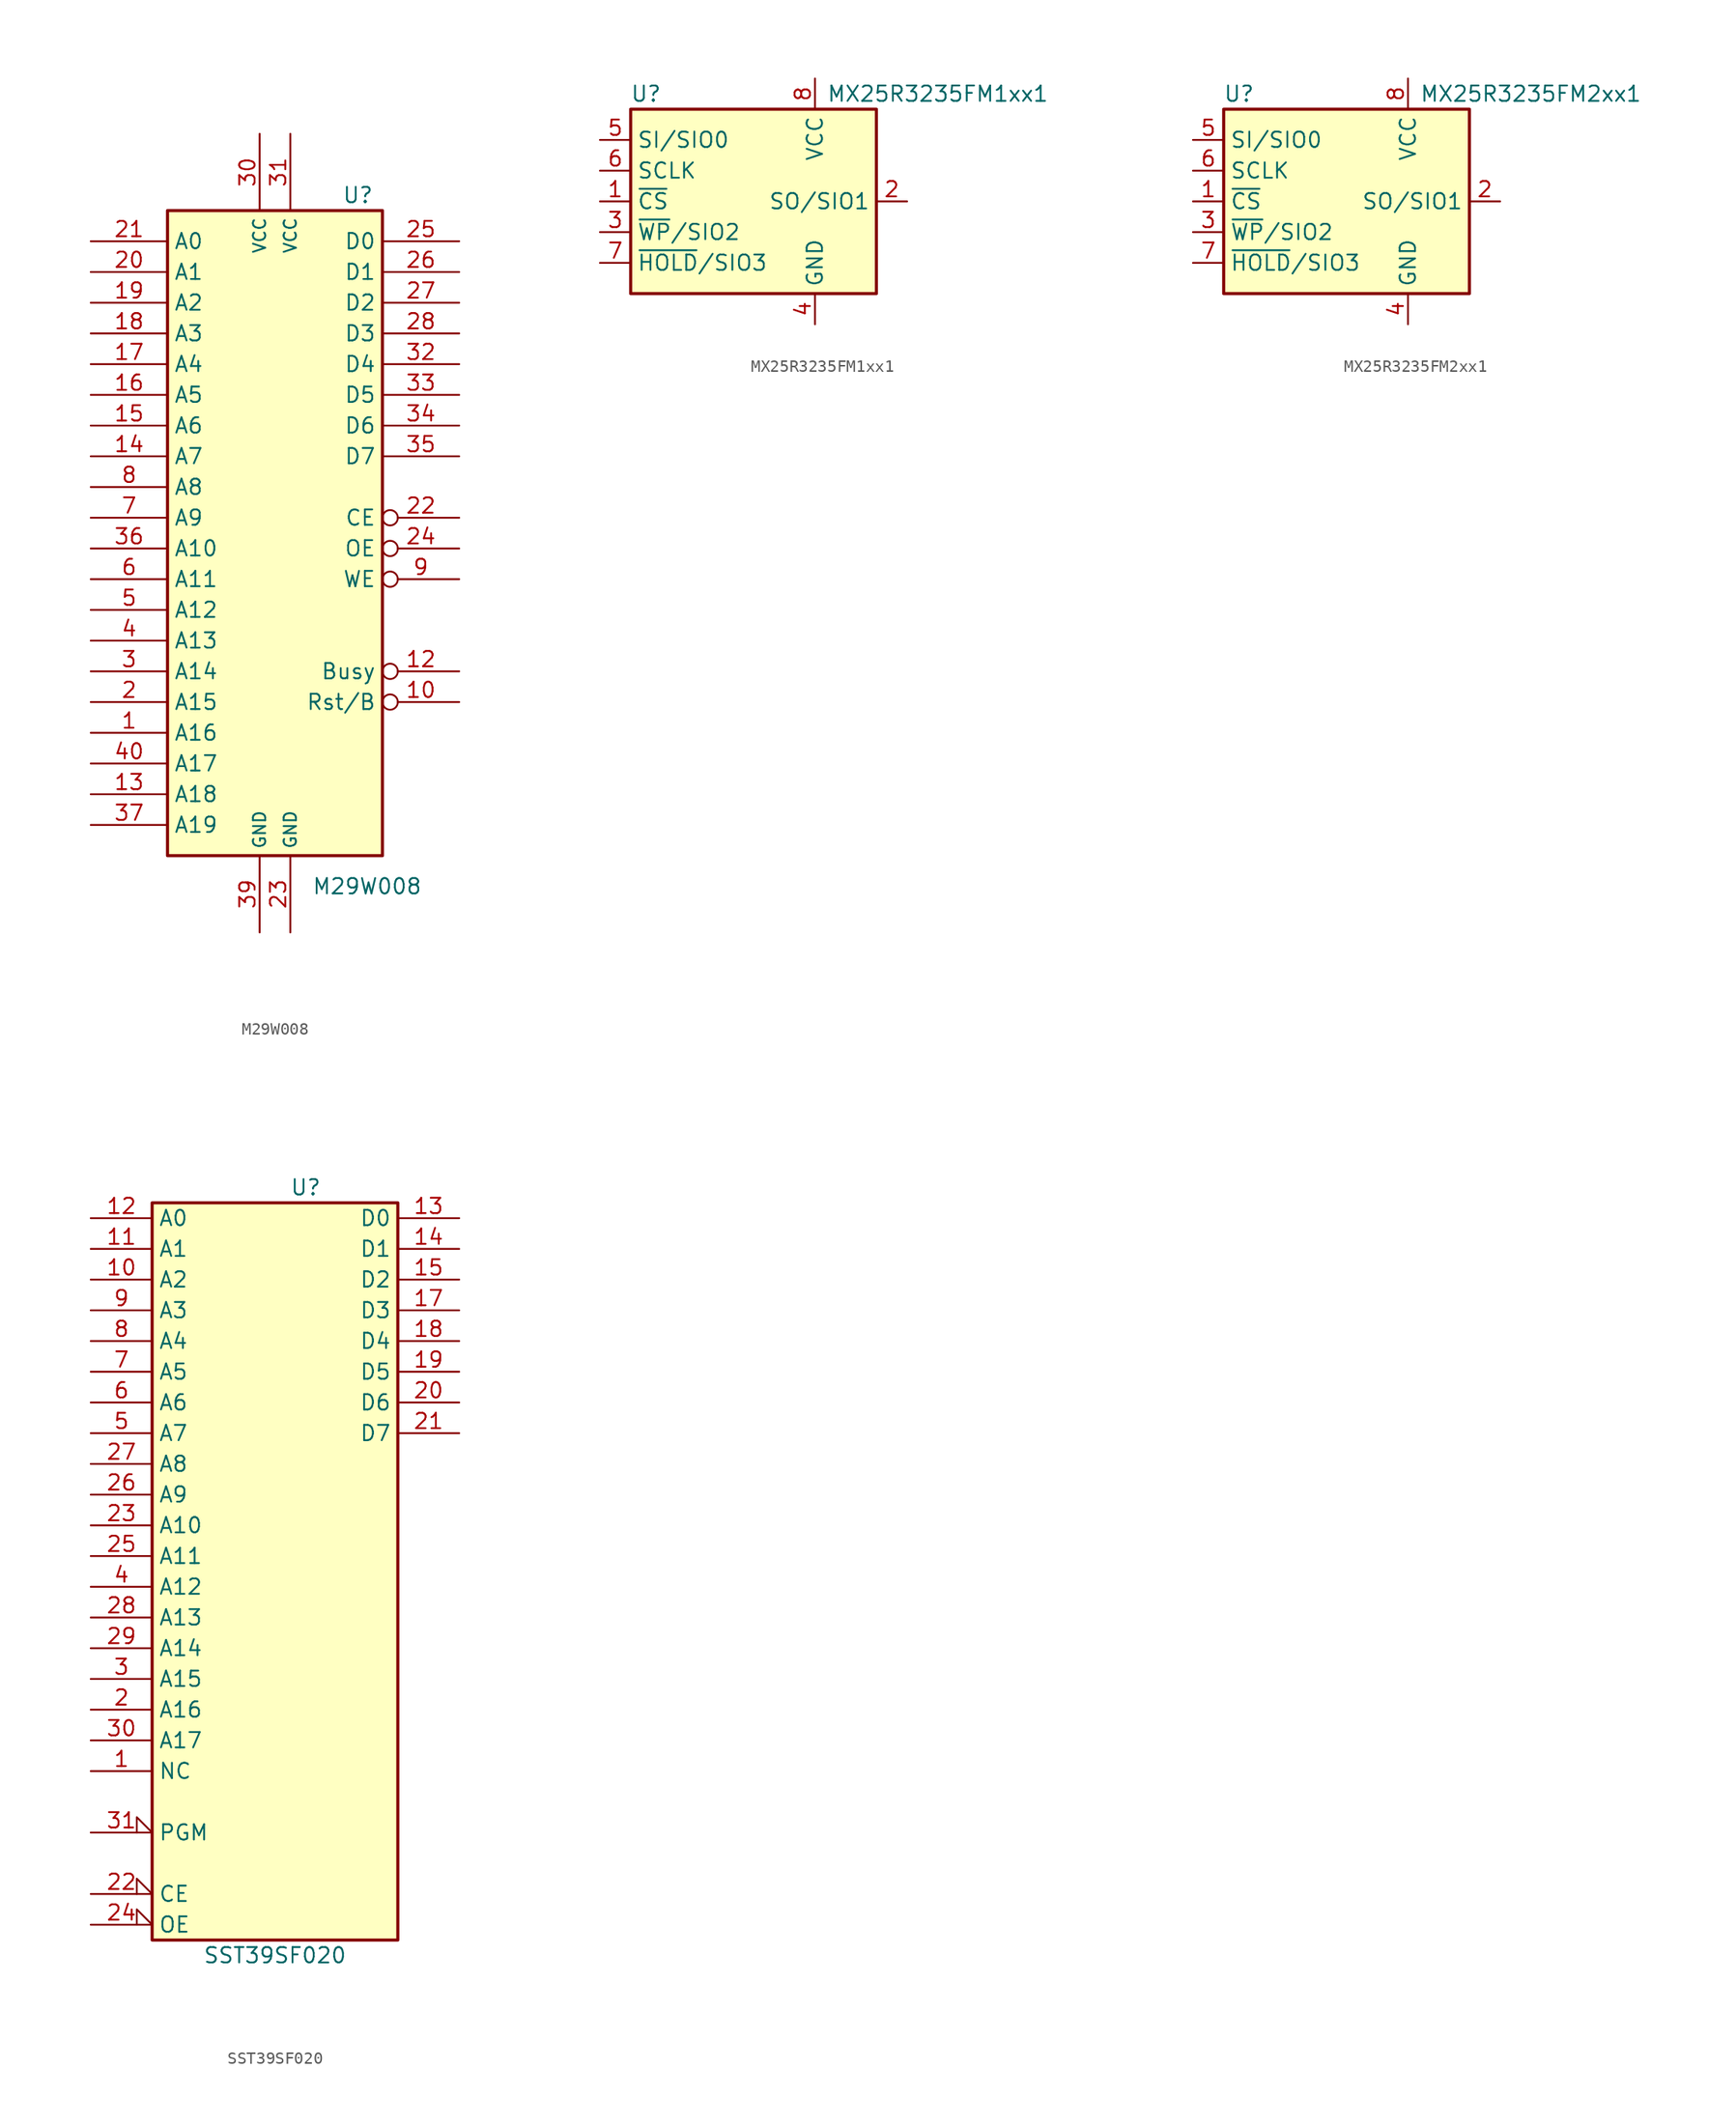
<source format=kicad_sym>
(kicad_symbol_lib
  (version 20200820)
  (host kicad_symbol_editor "5.99.0-a2341f0f33-1-1")
  (symbol "Memory_Flash:M29W008"
    (pin_names
      (offset 0.508))
    (property "Reference" "U"
      (at 6.858 27.94 0)
      (effects (font (size 1.27 1.27))))
    (property "Value" "M29W008"
      (at 7.62 -29.21 0)
      (effects (font (size 1.27 1.27))))
    (symbol "M29W008_0_1"
      (rectangle (start -8.89 26.67) (end 8.89 -26.67) (stroke (width 0.254)) (fill (type background))))
    (symbol "M29W008_1_1"
      (pin input line (at -15.24 -16.51 0) (length 6.35) (name "A16" (effects (font (size 1.27 1.27)))) (number "1" (effects (font (size 1.27 1.27)))))
      (pin input inverted (at 15.24 -13.97 180) (length 6.35) (name "Rst/B" (effects (font (size 1.27 1.27)))) (number "10" (effects (font (size 1.27 1.27)))))
      (pin output inverted (at 15.24 -11.43 180) (length 6.35) (name "Busy" (effects (font (size 1.27 1.27)))) (number "12" (effects (font (size 1.27 1.27)))))
      (pin input line (at -15.24 -21.59 0) (length 6.35) (name "A18" (effects (font (size 1.27 1.27)))) (number "13" (effects (font (size 1.27 1.27)))))
      (pin input line (at -15.24 6.35 0) (length 6.35) (name "A7" (effects (font (size 1.27 1.27)))) (number "14" (effects (font (size 1.27 1.27)))))
      (pin input line (at -15.24 8.89 0) (length 6.35) (name "A6" (effects (font (size 1.27 1.27)))) (number "15" (effects (font (size 1.27 1.27)))))
      (pin input line (at -15.24 11.43 0) (length 6.35) (name "A5" (effects (font (size 1.27 1.27)))) (number "16" (effects (font (size 1.27 1.27)))))
      (pin input line (at -15.24 13.97 0) (length 6.35) (name "A4" (effects (font (size 1.27 1.27)))) (number "17" (effects (font (size 1.27 1.27)))))
      (pin input line (at -15.24 16.51 0) (length 6.35) (name "A3" (effects (font (size 1.27 1.27)))) (number "18" (effects (font (size 1.27 1.27)))))
      (pin input line (at -15.24 19.05 0) (length 6.35) (name "A2" (effects (font (size 1.27 1.27)))) (number "19" (effects (font (size 1.27 1.27)))))
      (pin input line (at -15.24 -13.97 0) (length 6.35) (name "A15" (effects (font (size 1.27 1.27)))) (number "2" (effects (font (size 1.27 1.27)))))
      (pin input line (at -15.24 21.59 0) (length 6.35) (name "A1" (effects (font (size 1.27 1.27)))) (number "20" (effects (font (size 1.27 1.27)))))
      (pin input line (at -15.24 24.13 0) (length 6.35) (name "A0" (effects (font (size 1.27 1.27)))) (number "21" (effects (font (size 1.27 1.27)))))
      (pin input inverted (at 15.24 1.27 180) (length 6.35) (name "CE" (effects (font (size 1.27 1.27)))) (number "22" (effects (font (size 1.27 1.27)))))
      (pin power_in line (at 1.27 -33.02 90) (length 6.35) (name "GND" (effects (font (size 1.016 1.016)))) (number "23" (effects (font (size 1.27 1.27)))))
      (pin input inverted (at 15.24 -1.27 180) (length 6.35) (name "OE" (effects (font (size 1.27 1.27)))) (number "24" (effects (font (size 1.27 1.27)))))
      (pin tri_state line (at 15.24 24.13 180) (length 6.35) (name "D0" (effects (font (size 1.27 1.27)))) (number "25" (effects (font (size 1.27 1.27)))))
      (pin tri_state line (at 15.24 21.59 180) (length 6.35) (name "D1" (effects (font (size 1.27 1.27)))) (number "26" (effects (font (size 1.27 1.27)))))
      (pin tri_state line (at 15.24 19.05 180) (length 6.35) (name "D2" (effects (font (size 1.27 1.27)))) (number "27" (effects (font (size 1.27 1.27)))))
      (pin tri_state line (at 15.24 16.51 180) (length 6.35) (name "D3" (effects (font (size 1.27 1.27)))) (number "28" (effects (font (size 1.27 1.27)))))
      (pin input line (at -15.24 -11.43 0) (length 6.35) (name "A14" (effects (font (size 1.27 1.27)))) (number "3" (effects (font (size 1.27 1.27)))))
      (pin power_in line (at -1.27 33.02 270) (length 6.35) (name "VCC" (effects (font (size 1.016 1.016)))) (number "30" (effects (font (size 1.27 1.27)))))
      (pin power_in line (at 1.27 33.02 270) (length 6.35) (name "VCC" (effects (font (size 1.016 1.016)))) (number "31" (effects (font (size 1.27 1.27)))))
      (pin tri_state line (at 15.24 13.97 180) (length 6.35) (name "D4" (effects (font (size 1.27 1.27)))) (number "32" (effects (font (size 1.27 1.27)))))
      (pin tri_state line (at 15.24 11.43 180) (length 6.35) (name "D5" (effects (font (size 1.27 1.27)))) (number "33" (effects (font (size 1.27 1.27)))))
      (pin tri_state line (at 15.24 8.89 180) (length 6.35) (name "D6" (effects (font (size 1.27 1.27)))) (number "34" (effects (font (size 1.27 1.27)))))
      (pin tri_state line (at 15.24 6.35 180) (length 6.35) (name "D7" (effects (font (size 1.27 1.27)))) (number "35" (effects (font (size 1.27 1.27)))))
      (pin input line (at -15.24 -1.27 0) (length 6.35) (name "A10" (effects (font (size 1.27 1.27)))) (number "36" (effects (font (size 1.27 1.27)))))
      (pin input line (at -15.24 -24.13 0) (length 6.35) (name "A19" (effects (font (size 1.27 1.27)))) (number "37" (effects (font (size 1.27 1.27)))))
      (pin power_in line (at -1.27 -33.02 90) (length 6.35) (name "GND" (effects (font (size 1.016 1.016)))) (number "39" (effects (font (size 1.27 1.27)))))
      (pin input line (at -15.24 -8.89 0) (length 6.35) (name "A13" (effects (font (size 1.27 1.27)))) (number "4" (effects (font (size 1.27 1.27)))))
      (pin input line (at -15.24 -19.05 0) (length 6.35) (name "A17" (effects (font (size 1.27 1.27)))) (number "40" (effects (font (size 1.27 1.27)))))
      (pin input line (at -15.24 -6.35 0) (length 6.35) (name "A12" (effects (font (size 1.27 1.27)))) (number "5" (effects (font (size 1.27 1.27)))))
      (pin input line (at -15.24 -3.81 0) (length 6.35) (name "A11" (effects (font (size 1.27 1.27)))) (number "6" (effects (font (size 1.27 1.27)))))
      (pin input line (at -15.24 1.27 0) (length 6.35) (name "A9" (effects (font (size 1.27 1.27)))) (number "7" (effects (font (size 1.27 1.27)))))
      (pin input line (at -15.24 3.81 0) (length 6.35) (name "A8" (effects (font (size 1.27 1.27)))) (number "8" (effects (font (size 1.27 1.27)))))
      (pin input inverted (at 15.24 -3.81 180) (length 6.35) (name "WE" (effects (font (size 1.27 1.27)))) (number "9" (effects (font (size 1.27 1.27)))))))
  (symbol "Memory_Flash:MX25R3235FM1xx1"
    (pin_names
      (offset 0.508))
    (property "Reference" "U"
      (at -8.89 8.89 0)
      (effects (font (size 1.27 1.27))))
    (property "Value" "MX25R3235FM1xx1"
      (at 15.24 8.89 0)
      (effects (font (size 1.27 1.27))))
    (symbol "MX25R3235FM1xx1_1_1"
      (rectangle (start -10.16 7.62) (end 10.16 -7.62) (stroke (width 0.254)) (fill (type background)))
      (pin input line (at -12.7 0 0) (length 2.54) (name "~CS" (effects (font (size 1.27 1.27)))) (number "1" (effects (font (size 1.27 1.27)))))
      (pin bidirectional line (at 12.7 0 180) (length 2.54) (name "SO/SIO1" (effects (font (size 1.27 1.27)))) (number "2" (effects (font (size 1.27 1.27)))))
      (pin bidirectional line (at -12.7 -2.54 0) (length 2.54) (name "~WP~/SIO2" (effects (font (size 1.27 1.27)))) (number "3" (effects (font (size 1.27 1.27)))))
      (pin power_in line (at 5.08 -10.16 90) (length 2.54) (name "GND" (effects (font (size 1.27 1.27)))) (number "4" (effects (font (size 1.27 1.27)))))
      (pin bidirectional line (at -12.7 5.08 0) (length 2.54) (name "SI/SIO0" (effects (font (size 1.27 1.27)))) (number "5" (effects (font (size 1.27 1.27)))))
      (pin input line (at -12.7 2.54 0) (length 2.54) (name "SCLK" (effects (font (size 1.27 1.27)))) (number "6" (effects (font (size 1.27 1.27)))))
      (pin bidirectional line (at -12.7 -5.08 0) (length 2.54) (name "~HOLD~/SIO3" (effects (font (size 1.27 1.27)))) (number "7" (effects (font (size 1.27 1.27)))))
      (pin power_in line (at 5.08 10.16 270) (length 2.54) (name "VCC" (effects (font (size 1.27 1.27)))) (number "8" (effects (font (size 1.27 1.27)))))))
  (symbol "Memory_Flash:MX25R3235FM2xx1"
    (pin_names
      (offset 0.508))
    (property "Reference" "U"
      (at -8.89 8.89 0)
      (effects (font (size 1.27 1.27))))
    (property "Value" "MX25R3235FM2xx1"
      (at 15.24 8.89 0)
      (effects (font (size 1.27 1.27))))
    (symbol "MX25R3235FM2xx1_1_1"
      (rectangle (start -10.16 7.62) (end 10.16 -7.62) (stroke (width 0.254)) (fill (type background)))
      (pin input line (at -12.7 0 0) (length 2.54) (name "~CS" (effects (font (size 1.27 1.27)))) (number "1" (effects (font (size 1.27 1.27)))))
      (pin bidirectional line (at 12.7 0 180) (length 2.54) (name "SO/SIO1" (effects (font (size 1.27 1.27)))) (number "2" (effects (font (size 1.27 1.27)))))
      (pin bidirectional line (at -12.7 -2.54 0) (length 2.54) (name "~WP~/SIO2" (effects (font (size 1.27 1.27)))) (number "3" (effects (font (size 1.27 1.27)))))
      (pin power_in line (at 5.08 -10.16 90) (length 2.54) (name "GND" (effects (font (size 1.27 1.27)))) (number "4" (effects (font (size 1.27 1.27)))))
      (pin bidirectional line (at -12.7 5.08 0) (length 2.54) (name "SI/SIO0" (effects (font (size 1.27 1.27)))) (number "5" (effects (font (size 1.27 1.27)))))
      (pin input line (at -12.7 2.54 0) (length 2.54) (name "SCLK" (effects (font (size 1.27 1.27)))) (number "6" (effects (font (size 1.27 1.27)))))
      (pin bidirectional line (at -12.7 -5.08 0) (length 2.54) (name "~HOLD~/SIO3" (effects (font (size 1.27 1.27)))) (number "7" (effects (font (size 1.27 1.27)))))
      (pin power_in line (at 5.08 10.16 270) (length 2.54) (name "VCC" (effects (font (size 1.27 1.27)))) (number "8" (effects (font (size 1.27 1.27)))))))
  (symbol "Memory_Flash:SST39SF020"
    (pin_names
      (offset 0.508))
    (property "Reference" "U"
      (at 2.54 33.02 0)
      (effects (font (size 1.27 1.27))))
    (property "Value" "SST39SF020"
      (at 0 -30.48 0)
      (effects (font (size 1.27 1.27))))
    (symbol "SST39SF020_0_1"
      (rectangle (start -10.16 31.75) (end 10.16 -29.21) (stroke (width 0.254)) (fill (type background))))
    (symbol "SST39SF020_0_0"
      (pin power_in line (at 0 -30.48 90) (length 1.27) hide (name "GND" (effects (font (size 1.27 1.27)))) (number "16" (effects (font (size 1.27 1.27)))))
      (pin power_in line (at 0 33.02 270) (length 1.27) hide (name "VCC" (effects (font (size 1.27 1.27)))) (number "32" (effects (font (size 1.27 1.27))))))
    (symbol "SST39SF020_1_1"
      (pin input line (at -15.24 -15.24 0) (length 5.08) (name "NC" (effects (font (size 1.27 1.27)))) (number "1" (effects (font (size 1.27 1.27)))))
      (pin input line (at -15.24 25.4 0) (length 5.08) (name "A2" (effects (font (size 1.27 1.27)))) (number "10" (effects (font (size 1.27 1.27)))))
      (pin input line (at -15.24 27.94 0) (length 5.08) (name "A1" (effects (font (size 1.27 1.27)))) (number "11" (effects (font (size 1.27 1.27)))))
      (pin input line (at -15.24 30.48 0) (length 5.08) (name "A0" (effects (font (size 1.27 1.27)))) (number "12" (effects (font (size 1.27 1.27)))))
      (pin tri_state line (at 15.24 30.48 180) (length 5.08) (name "D0" (effects (font (size 1.27 1.27)))) (number "13" (effects (font (size 1.27 1.27)))))
      (pin tri_state line (at 15.24 27.94 180) (length 5.08) (name "D1" (effects (font (size 1.27 1.27)))) (number "14" (effects (font (size 1.27 1.27)))))
      (pin tri_state line (at 15.24 25.4 180) (length 5.08) (name "D2" (effects (font (size 1.27 1.27)))) (number "15" (effects (font (size 1.27 1.27)))))
      (pin tri_state line (at 15.24 22.86 180) (length 5.08) (name "D3" (effects (font (size 1.27 1.27)))) (number "17" (effects (font (size 1.27 1.27)))))
      (pin tri_state line (at 15.24 20.32 180) (length 5.08) (name "D4" (effects (font (size 1.27 1.27)))) (number "18" (effects (font (size 1.27 1.27)))))
      (pin tri_state line (at 15.24 17.78 180) (length 5.08) (name "D5" (effects (font (size 1.27 1.27)))) (number "19" (effects (font (size 1.27 1.27)))))
      (pin input line (at -15.24 -10.16 0) (length 5.08) (name "A16" (effects (font (size 1.27 1.27)))) (number "2" (effects (font (size 1.27 1.27)))))
      (pin tri_state line (at 15.24 15.24 180) (length 5.08) (name "D6" (effects (font (size 1.27 1.27)))) (number "20" (effects (font (size 1.27 1.27)))))
      (pin tri_state line (at 15.24 12.7 180) (length 5.08) (name "D7" (effects (font (size 1.27 1.27)))) (number "21" (effects (font (size 1.27 1.27)))))
      (pin input input_low (at -15.24 -25.4 0) (length 5.08) (name "CE" (effects (font (size 1.27 1.27)))) (number "22" (effects (font (size 1.27 1.27)))))
      (pin input line (at -15.24 5.08 0) (length 5.08) (name "A10" (effects (font (size 1.27 1.27)))) (number "23" (effects (font (size 1.27 1.27)))))
      (pin input input_low (at -15.24 -27.94 0) (length 5.08) (name "OE" (effects (font (size 1.27 1.27)))) (number "24" (effects (font (size 1.27 1.27)))))
      (pin input line (at -15.24 2.54 0) (length 5.08) (name "A11" (effects (font (size 1.27 1.27)))) (number "25" (effects (font (size 1.27 1.27)))))
      (pin input line (at -15.24 7.62 0) (length 5.08) (name "A9" (effects (font (size 1.27 1.27)))) (number "26" (effects (font (size 1.27 1.27)))))
      (pin input line (at -15.24 10.16 0) (length 5.08) (name "A8" (effects (font (size 1.27 1.27)))) (number "27" (effects (font (size 1.27 1.27)))))
      (pin input line (at -15.24 -2.54 0) (length 5.08) (name "A13" (effects (font (size 1.27 1.27)))) (number "28" (effects (font (size 1.27 1.27)))))
      (pin input line (at -15.24 -5.08 0) (length 5.08) (name "A14" (effects (font (size 1.27 1.27)))) (number "29" (effects (font (size 1.27 1.27)))))
      (pin input line (at -15.24 -7.62 0) (length 5.08) (name "A15" (effects (font (size 1.27 1.27)))) (number "3" (effects (font (size 1.27 1.27)))))
      (pin input line (at -15.24 -12.7 0) (length 5.08) (name "A17" (effects (font (size 1.27 1.27)))) (number "30" (effects (font (size 1.27 1.27)))))
      (pin input input_low (at -15.24 -20.32 0) (length 5.08) (name "PGM" (effects (font (size 1.27 1.27)))) (number "31" (effects (font (size 1.27 1.27)))))
      (pin input line (at -15.24 0 0) (length 5.08) (name "A12" (effects (font (size 1.27 1.27)))) (number "4" (effects (font (size 1.27 1.27)))))
      (pin input line (at -15.24 12.7 0) (length 5.08) (name "A7" (effects (font (size 1.27 1.27)))) (number "5" (effects (font (size 1.27 1.27)))))
      (pin input line (at -15.24 15.24 0) (length 5.08) (name "A6" (effects (font (size 1.27 1.27)))) (number "6" (effects (font (size 1.27 1.27)))))
      (pin input line (at -15.24 17.78 0) (length 5.08) (name "A5" (effects (font (size 1.27 1.27)))) (number "7" (effects (font (size 1.27 1.27)))))
      (pin input line (at -15.24 20.32 0) (length 5.08) (name "A4" (effects (font (size 1.27 1.27)))) (number "8" (effects (font (size 1.27 1.27)))))
      (pin input line (at -15.24 22.86 0) (length 5.08) (name "A3" (effects (font (size 1.27 1.27)))) (number "9" (effects (font (size 1.27 1.27))))))))
</source>
